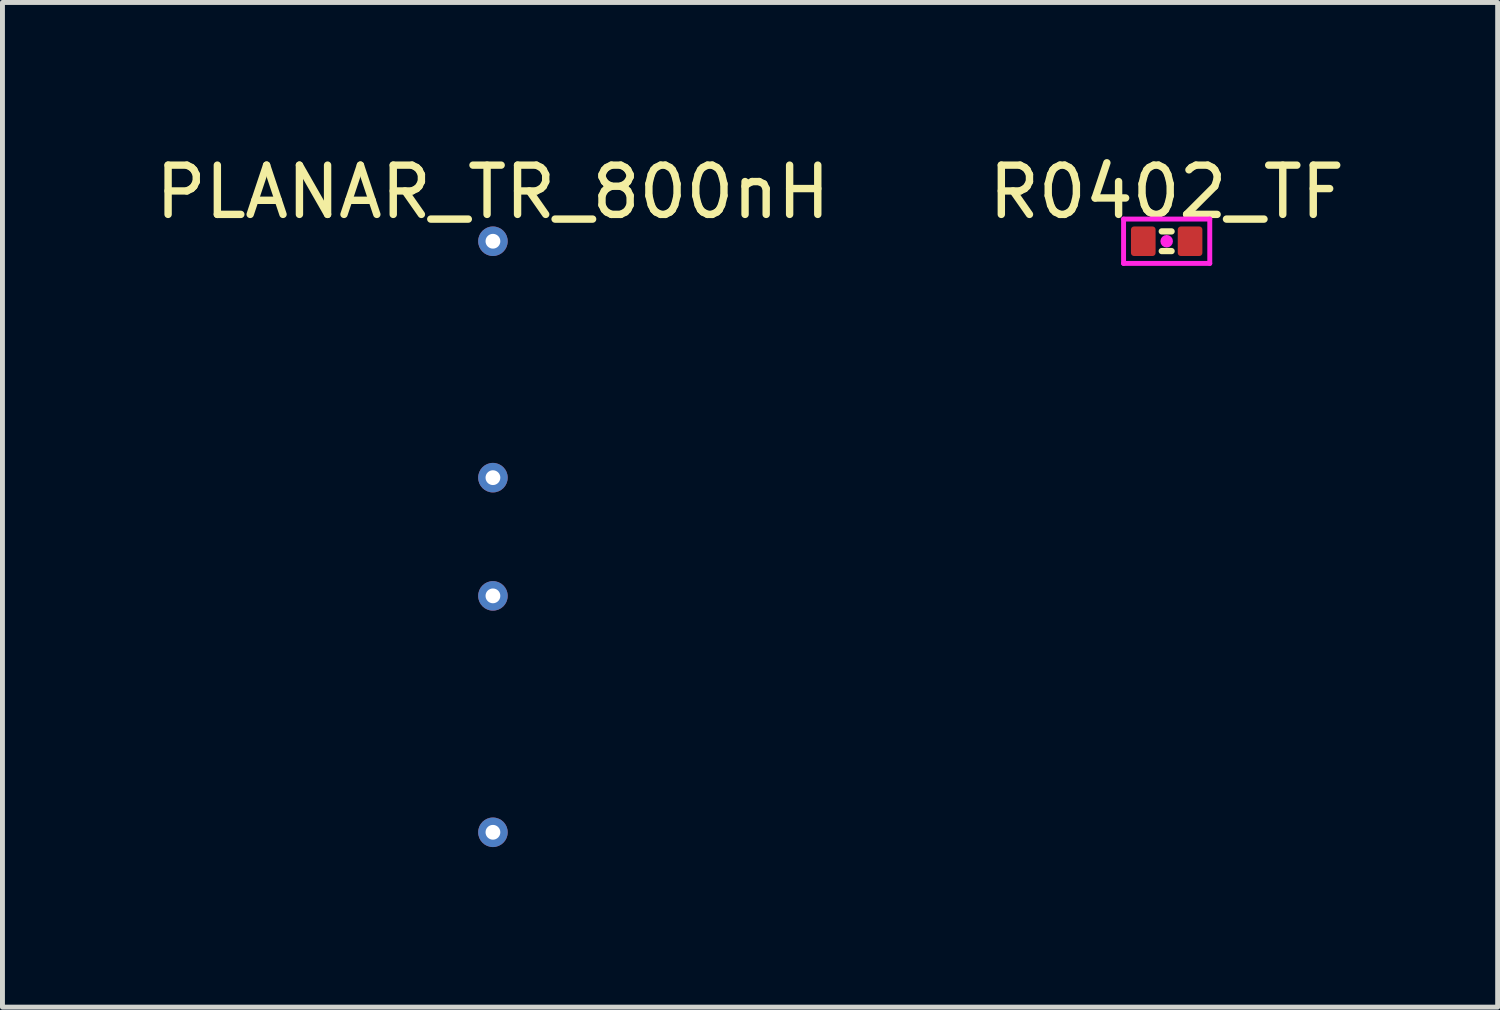
<source format=kicad_pcb>
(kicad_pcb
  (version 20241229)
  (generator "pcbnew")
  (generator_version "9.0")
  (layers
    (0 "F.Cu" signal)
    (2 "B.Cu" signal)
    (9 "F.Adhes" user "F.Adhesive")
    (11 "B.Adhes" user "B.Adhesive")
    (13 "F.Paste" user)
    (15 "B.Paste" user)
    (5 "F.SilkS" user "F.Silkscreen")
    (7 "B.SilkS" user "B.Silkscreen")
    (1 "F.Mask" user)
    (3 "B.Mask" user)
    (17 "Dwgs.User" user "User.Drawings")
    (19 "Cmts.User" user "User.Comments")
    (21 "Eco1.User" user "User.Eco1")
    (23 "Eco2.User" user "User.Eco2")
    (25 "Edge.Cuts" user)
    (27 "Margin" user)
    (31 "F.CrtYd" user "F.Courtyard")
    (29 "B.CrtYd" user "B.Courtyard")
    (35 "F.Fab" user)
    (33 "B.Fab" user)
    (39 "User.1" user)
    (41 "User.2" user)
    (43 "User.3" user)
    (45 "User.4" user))
  (footprint "PLANAR_TR_800nH"
    (layer "F.Cu")
    (at 6.958 7.848)
    (property "Reference" "PLANAR_TR_800nH" (at 0 -7 0) (layer "F.SilkS") (effects (font (size 1 1) (thickness 0.15))))
    (fp_line (start -0.211 -5.689) (end 0 -6) (stroke (width 0.15) (type solid)) (layer "In1.Cu"))
    (fp_line (start 0 -1.2) (end 0 -1.646) (stroke (width 0.15) (type solid)) (layer "In1.Cu"))
    (fp_arc (start -5.5375 -0.0875) (mid -4.054819 -3.858753) (end -0.400759 -5.610479) (stroke (width 0.15) (type solid)) (layer "In1.Cu"))
    (fp_arc (start -5.1875 -0.0875) (mid -3.668116 -3.755616) (end 0 -5.275) (stroke (width 0.15) (type solid)) (layer "In1.Cu"))
    (fp_arc (start -4.8375 -0.0875) (mid -3.420629 -3.508129) (end 0 -4.925) (stroke (width 0.15) (type solid)) (layer "In1.Cu"))
    (fp_arc (start -4.4875 -0.0875) (mid -3.173142 -3.260642) (end 0 -4.575) (stroke (width 0.15) (type solid)) (layer "In1.Cu"))
    (fp_arc (start -4.1375 -0.0875) (mid -2.925654 -3.013154) (end 0 -4.225) (stroke (width 0.15) (type solid)) (layer "In1.Cu"))
    (fp_arc (start -3.7875 -0.0875) (mid -2.678167 -2.765667) (end 0 -3.875) (stroke (width 0.15) (type solid)) (layer "In1.Cu"))
    (fp_arc (start -3.4375 -0.0875) (mid -2.43068 -2.51818) (end 0 -3.525) (stroke (width 0.15) (type solid)) (layer "In1.Cu"))
    (fp_arc (start -3.0875 -0.0875) (mid -2.183192 -2.270692) (end 0 -3.175) (stroke (width 0.15) (type solid)) (layer "In1.Cu"))
    (fp_arc (start -2.7375 -0.0875) (mid -1.935705 -2.023205) (end 0 -2.825) (stroke (width 0.15) (type solid)) (layer "In1.Cu"))
    (fp_arc (start -2.3875 -0.0875) (mid -1.688217 -1.775717) (end 0 -2.475) (stroke (width 0.15) (type solid)) (layer "In1.Cu"))
    (fp_arc (start -2.0375 -0.0875) (mid -1.44073 -1.52823) (end 0 -2.125) (stroke (width 0.15) (type solid)) (layer "In1.Cu"))
    (fp_arc (start -0.210874 -5.689134) (mid -0.297994 -5.630922) (end -0.40076 -5.610481) (stroke (width 0.15) (type solid)) (layer "In1.Cu"))
    (fp_arc (start -0.0875 1.8625) (mid -1.466358 1.291358) (end -2.0375 -0.0875) (stroke (width 0.15) (type solid)) (layer "In1.Cu"))
    (fp_arc (start -0.0875 2.2125) (mid -1.713846 1.538846) (end -2.3875 -0.0875) (stroke (width 0.15) (type solid)) (layer "In1.Cu"))
    (fp_arc (start -0.0875 2.5625) (mid -1.961333 1.786333) (end -2.7375 -0.0875) (stroke (width 0.15) (type solid)) (layer "In1.Cu"))
    (fp_arc (start -0.0875 2.9125) (mid -2.20882 2.03382) (end -3.0875 -0.0875) (stroke (width 0.15) (type solid)) (layer "In1.Cu"))
    (fp_arc (start -0.0875 3.2625) (mid -2.456308 2.281308) (end -3.4375 -0.0875) (stroke (width 0.15) (type solid)) (layer "In1.Cu"))
    (fp_arc (start -0.0875 3.6125) (mid -2.703795 2.528795) (end -3.7875 -0.0875) (stroke (width 0.15) (type solid)) (layer "In1.Cu"))
    (fp_arc (start -0.0875 3.9625) (mid -2.951282 2.776282) (end -4.1375 -0.0875) (stroke (width 0.15) (type solid)) (layer "In1.Cu"))
    (fp_arc (start -0.0875 4.3125) (mid -3.19877 3.02377) (end -4.4875 -0.0875) (stroke (width 0.15) (type solid)) (layer "In1.Cu"))
    (fp_arc (start -0.0875 4.6625) (mid -3.446257 3.271257) (end -4.8375 -0.0875) (stroke (width 0.15) (type solid)) (layer "In1.Cu"))
    (fp_arc (start -0.0875 5.0125) (mid -3.693745 3.518745) (end -5.1875 -0.0875) (stroke (width 0.15) (type solid)) (layer "In1.Cu"))
    (fp_arc (start -0.0875 5.3625) (mid -3.941232 3.766232) (end -5.5375 -0.0875) (stroke (width 0.15) (type solid)) (layer "In1.Cu"))
    (fp_arc (start 0 -5.275) (mid 3.729988 -3.729988) (end 5.275 0) (stroke (width 0.15) (type solid)) (layer "In1.Cu"))
    (fp_arc (start 0 -4.925) (mid 3.482501 -3.482501) (end 4.925 0) (stroke (width 0.15) (type solid)) (layer "In1.Cu"))
    (fp_arc (start 0 -4.575) (mid 3.235014 -3.235014) (end 4.575 0) (stroke (width 0.15) (type solid)) (layer "In1.Cu"))
    (fp_arc (start 0 -4.225) (mid 2.987526 -2.987526) (end 4.225 0) (stroke (width 0.15) (type solid)) (layer "In1.Cu"))
    (fp_arc (start 0 -3.875) (mid 2.740039 -2.740039) (end 3.875 0) (stroke (width 0.15) (type solid)) (layer "In1.Cu"))
    (fp_arc (start 0 -3.525) (mid 2.492551 -2.492551) (end 3.525 0) (stroke (width 0.15) (type solid)) (layer "In1.Cu"))
    (fp_arc (start 0 -3.175) (mid 2.245064 -2.245064) (end 3.175 0) (stroke (width 0.15) (type solid)) (layer "In1.Cu"))
    (fp_arc (start 0 -2.825) (mid 1.997577 -1.997577) (end 2.825 0) (stroke (width 0.15) (type solid)) (layer "In1.Cu"))
    (fp_arc (start 0 -2.475) (mid 1.750089 -1.750089) (end 2.475 0) (stroke (width 0.15) (type solid)) (layer "In1.Cu"))
    (fp_arc (start 0 -2.125) (mid 1.502602 -1.502602) (end 2.125 0) (stroke (width 0.15) (type solid)) (layer "In1.Cu"))
    (fp_arc (start 0 -1.64592) (mid 0.036521 -1.734089) (end 0.12469 -1.77061) (stroke (width 0.15) (type solid)) (layer "In1.Cu"))
    (fp_arc (start 0.124691 -1.770615) (mid 1.298451 -1.210227) (end 1.775 0) (stroke (width 0.15) (type solid)) (layer "In1.Cu"))
    (fp_arc (start 1.775 0) (mid 1.229486 1.316986) (end -0.0875 1.8625) (stroke (width 0.15) (type solid)) (layer "In1.Cu"))
    (fp_arc (start 2.125 0) (mid 1.476974 1.564474) (end -0.0875 2.2125) (stroke (width 0.15) (type solid)) (layer "In1.Cu"))
    (fp_arc (start 2.475 0) (mid 1.724461 1.811961) (end -0.0875 2.5625) (stroke (width 0.15) (type solid)) (layer "In1.Cu"))
    (fp_arc (start 2.825 0) (mid 1.971949 2.059449) (end -0.0875 2.9125) (stroke (width 0.15) (type solid)) (layer "In1.Cu"))
    (fp_arc (start 3.175 0) (mid 2.219436 2.306936) (end -0.0875 3.2625) (stroke (width 0.15) (type solid)) (layer "In1.Cu"))
    (fp_arc (start 3.525 0) (mid 2.466923 2.554423) (end -0.0875 3.6125) (stroke (width 0.15) (type solid)) (layer "In1.Cu"))
    (fp_arc (start 3.875 0) (mid 2.714411 2.801911) (end -0.0875 3.9625) (stroke (width 0.15) (type solid)) (layer "In1.Cu"))
    (fp_arc (start 4.225 0) (mid 2.961898 3.049398) (end -0.0875 4.3125) (stroke (width 0.15) (type solid)) (layer "In1.Cu"))
    (fp_arc (start 4.575 0) (mid 3.209385 3.296885) (end -0.0875 4.6625) (stroke (width 0.15) (type solid)) (layer "In1.Cu"))
    (fp_arc (start 4.925 0) (mid 3.456873 3.544373) (end -0.0875 5.0125) (stroke (width 0.15) (type solid)) (layer "In1.Cu"))
    (fp_arc (start 5.275 0) (mid 3.70436 3.79186) (end -0.0875 5.3625) (stroke (width 0.15) (type solid)) (layer "In1.Cu"))
    (fp_line (start 0 1.646) (end 0 1.2) (stroke (width 0.15) (type solid)) (layer "In2.Cu"))
    (fp_line (start 0 6) (end 0.211 5.689) (stroke (width 0.15) (type solid)) (layer "In2.Cu"))
    (fp_arc (start -5.275 0) (mid -3.70436 -3.79186) (end 0.0875 -5.3625) (stroke (width 0.15) (type solid)) (layer "In2.Cu"))
    (fp_arc (start -4.925 0) (mid -3.456873 -3.544373) (end 0.0875 -5.0125) (stroke (width 0.15) (type solid)) (layer "In2.Cu"))
    (fp_arc (start -4.575 0) (mid -3.209385 -3.296885) (end 0.0875 -4.6625) (stroke (width 0.15) (type solid)) (layer "In2.Cu"))
    (fp_arc (start -4.225 0) (mid -2.961898 -3.049398) (end 0.0875 -4.3125) (stroke (width 0.15) (type solid)) (layer "In2.Cu"))
    (fp_arc (start -3.875 0) (mid -2.714411 -2.801911) (end 0.0875 -3.9625) (stroke (width 0.15) (type solid)) (layer "In2.Cu"))
    (fp_arc (start -3.525 0) (mid -2.466923 -2.554423) (end 0.0875 -3.6125) (stroke (width 0.15) (type solid)) (layer "In2.Cu"))
    (fp_arc (start -3.175 0) (mid -2.219436 -2.306936) (end 0.0875 -3.2625) (stroke (width 0.15) (type solid)) (layer "In2.Cu"))
    (fp_arc (start -2.825 0) (mid -1.971949 -2.059449) (end 0.0875 -2.9125) (stroke (width 0.15) (type solid)) (layer "In2.Cu"))
    (fp_arc (start -2.475 0) (mid -1.724461 -1.811961) (end 0.0875 -2.5625) (stroke (width 0.15) (type solid)) (layer "In2.Cu"))
    (fp_arc (start -2.125 0) (mid -1.476974 -1.564474) (end 0.0875 -2.2125) (stroke (width 0.15) (type solid)) (layer "In2.Cu"))
    (fp_arc (start -1.775 0) (mid -1.229486 -1.316986) (end 0.0875 -1.8625) (stroke (width 0.15) (type solid)) (layer "In2.Cu"))
    (fp_arc (start -0.124691 1.770615) (mid -1.298451 1.210227) (end -1.775 0) (stroke (width 0.15) (type solid)) (layer "In2.Cu"))
    (fp_arc (start 0 1.64592) (mid -0.036521 1.734089) (end -0.12469 1.77061) (stroke (width 0.15) (type solid)) (layer "In2.Cu"))
    (fp_arc (start 0 2.125) (mid -1.502602 1.502602) (end -2.125 0) (stroke (width 0.15) (type solid)) (layer "In2.Cu"))
    (fp_arc (start 0 2.475) (mid -1.750089 1.750089) (end -2.475 0) (stroke (width 0.15) (type solid)) (layer "In2.Cu"))
    (fp_arc (start 0 2.825) (mid -1.997577 1.997577) (end -2.825 0) (stroke (width 0.15) (type solid)) (layer "In2.Cu"))
    (fp_arc (start 0 3.175) (mid -2.245064 2.245064) (end -3.175 0) (stroke (width 0.15) (type solid)) (layer "In2.Cu"))
    (fp_arc (start 0 3.525) (mid -2.492551 2.492551) (end -3.525 0) (stroke (width 0.15) (type solid)) (layer "In2.Cu"))
    (fp_arc (start 0 3.875) (mid -2.740039 2.740039) (end -3.875 0) (stroke (width 0.15) (type solid)) (layer "In2.Cu"))
    (fp_arc (start 0 4.225) (mid -2.987526 2.987526) (end -4.225 0) (stroke (width 0.15) (type solid)) (layer "In2.Cu"))
    (fp_arc (start 0 4.575) (mid -3.235014 3.235014) (end -4.575 0) (stroke (width 0.15) (type solid)) (layer "In2.Cu"))
    (fp_arc (start 0 4.925) (mid -3.482501 3.482501) (end -4.925 0) (stroke (width 0.15) (type solid)) (layer "In2.Cu"))
    (fp_arc (start 0 5.275) (mid -3.729988 3.729988) (end -5.275 0) (stroke (width 0.15) (type solid)) (layer "In2.Cu"))
    (fp_arc (start 0.0875 -5.3625) (mid 3.941232 -3.766232) (end 5.5375 0.0875) (stroke (width 0.15) (type solid)) (layer "In2.Cu"))
    (fp_arc (start 0.0875 -5.0125) (mid 3.693745 -3.518745) (end 5.1875 0.0875) (stroke (width 0.15) (type solid)) (layer "In2.Cu"))
    (fp_arc (start 0.0875 -4.6625) (mid 3.446257 -3.271257) (end 4.8375 0.0875) (stroke (width 0.15) (type solid)) (layer "In2.Cu"))
    (fp_arc (start 0.0875 -4.3125) (mid 3.19877 -3.02377) (end 4.4875 0.0875) (stroke (width 0.15) (type solid)) (layer "In2.Cu"))
    (fp_arc (start 0.0875 -3.9625) (mid 2.951282 -2.776282) (end 4.1375 0.0875) (stroke (width 0.15) (type solid)) (layer "In2.Cu"))
    (fp_arc (start 0.0875 -3.6125) (mid 2.703795 -2.528795) (end 3.7875 0.0875) (stroke (width 0.15) (type solid)) (layer "In2.Cu"))
    (fp_arc (start 0.0875 -3.2625) (mid 2.456308 -2.281308) (end 3.4375 0.0875) (stroke (width 0.15) (type solid)) (layer "In2.Cu"))
    (fp_arc (start 0.0875 -2.9125) (mid 2.20882 -2.03382) (end 3.0875 0.0875) (stroke (width 0.15) (type solid)) (layer "In2.Cu"))
    (fp_arc (start 0.0875 -2.5625) (mid 1.961333 -1.786333) (end 2.7375 0.0875) (stroke (width 0.15) (type solid)) (layer "In2.Cu"))
    (fp_arc (start 0.0875 -2.2125) (mid 1.713846 -1.538846) (end 2.3875 0.0875) (stroke (width 0.15) (type solid)) (layer "In2.Cu"))
    (fp_arc (start 0.0875 -1.8625) (mid 1.466358 -1.291358) (end 2.0375 0.0875) (stroke (width 0.15) (type solid)) (layer "In2.Cu"))
    (fp_arc (start 0.210874 5.689134) (mid 0.297994 5.630922) (end 0.40076 5.610481) (stroke (width 0.15) (type solid)) (layer "In2.Cu"))
    (fp_arc (start 2.0375 0.0875) (mid 1.44073 1.52823) (end 0 2.125) (stroke (width 0.15) (type solid)) (layer "In2.Cu"))
    (fp_arc (start 2.3875 0.0875) (mid 1.688217 1.775717) (end 0 2.475) (stroke (width 0.15) (type solid)) (layer "In2.Cu"))
    (fp_arc (start 2.7375 0.0875) (mid 1.935705 2.023205) (end 0 2.825) (stroke (width 0.15) (type solid)) (layer "In2.Cu"))
    (fp_arc (start 3.0875 0.0875) (mid 2.183192 2.270692) (end 0 3.175) (stroke (width 0.15) (type solid)) (layer "In2.Cu"))
    (fp_arc (start 3.4375 0.0875) (mid 2.43068 2.51818) (end 0 3.525) (stroke (width 0.15) (type solid)) (layer "In2.Cu"))
    (fp_arc (start 3.7875 0.0875) (mid 2.678167 2.765667) (end 0 3.875) (stroke (width 0.15) (type solid)) (layer "In2.Cu"))
    (fp_arc (start 4.1375 0.0875) (mid 2.925654 3.013154) (end 0 4.225) (stroke (width 0.15) (type solid)) (layer "In2.Cu"))
    (fp_arc (start 4.4875 0.0875) (mid 3.173142 3.260642) (end 0 4.575) (stroke (width 0.15) (type solid)) (layer "In2.Cu"))
    (fp_arc (start 4.8375 0.0875) (mid 3.420629 3.508129) (end 0 4.925) (stroke (width 0.15) (type solid)) (layer "In2.Cu"))
    (fp_arc (start 5.1875 0.0875) (mid 3.668116 3.755616) (end 0 5.275) (stroke (width 0.15) (type solid)) (layer "In2.Cu"))
    (fp_arc (start 5.5375 0.0875) (mid 4.054819 3.858753) (end 0.400759 5.610479) (stroke (width 0.15) (type solid)) (layer "In2.Cu"))
    (fp_circle (center 0 0) (end 0 -6.5) (stroke (width 0.1) (type solid)) (fill no) (layer "Eco2.User"))
    (fp_circle (center 0 0) (end 0 -0.141) (stroke (width 0.4) (type solid)) (fill no) (layer "Eco2.User"))
    (pad "1" thru_hole circle (at 0 -6) (size 0.6 0.6) (drill 0.3) (layers "*.Cu" "*.Mask"))
    (pad "2" thru_hole circle (at 0 -1.2) (size 0.6 0.6) (drill 0.3) (layers "*.Cu" "*.Mask"))
    (pad "3" thru_hole circle (at 0 1.2 180) (size 0.6 0.6) (drill 0.3) (layers "*.Cu" "*.Mask"))
    (pad "4" thru_hole circle (at 0 6 180) (size 0.6 0.6) (drill 0.3) (layers "*.Cu" "*.Mask")))
  (footprint "R0402_TF"
    (layer "F.Cu")
    (at 20.637 1.848)
    (property "Reference" "R0402_TF" (at 0 -1 0) (layer "F.SilkS") (effects (font (size 1 1) (thickness 0.15))))
    (fp_line (start -0.1 -0.2) (end 0.1 -0.2) (stroke (width 0.127) (type solid)) (layer "F.SilkS"))
    (fp_line (start -0.1 0.2) (end 0.1 0.2) (stroke (width 0.127) (type solid)) (layer "F.SilkS"))
    (fp_line (start -0.875 -0.45) (end 0.875 -0.45) (stroke (width 0.1) (type solid)) (layer "F.CrtYd"))
    (fp_line (start -0.875 0.45) (end -0.875 -0.45) (stroke (width 0.1) (type solid)) (layer "F.CrtYd"))
    (fp_line (start -0.875 0.45) (end 0.875 0.45) (stroke (width 0.1) (type solid)) (layer "F.CrtYd"))
    (fp_line (start 0.875 0.45) (end 0.875 -0.45) (stroke (width 0.1) (type solid)) (layer "F.CrtYd"))
    (fp_circle (center 0 0) (end 0 -0.064) (stroke (width 0.127) (type solid)) (fill no) (layer "F.CrtYd"))
    (pad "1" smd roundrect (at -0.475 0 270) (size 0.6 0.5) (layers "F.Cu" "F.Mask" "F.Paste") (roundrect_rratio 0.125))
    (pad "2" smd roundrect (at 0.475 0 90) (size 0.6 0.5) (layers "F.Cu" "F.Mask" "F.Paste") (roundrect_rratio 0.125)))
  (gr_rect
    (start -3 -3)
    (end 27.357 17.398)
    (stroke (width 0.1) (type default))
    (fill no)
    (layer "Edge.Cuts")))
</source>
